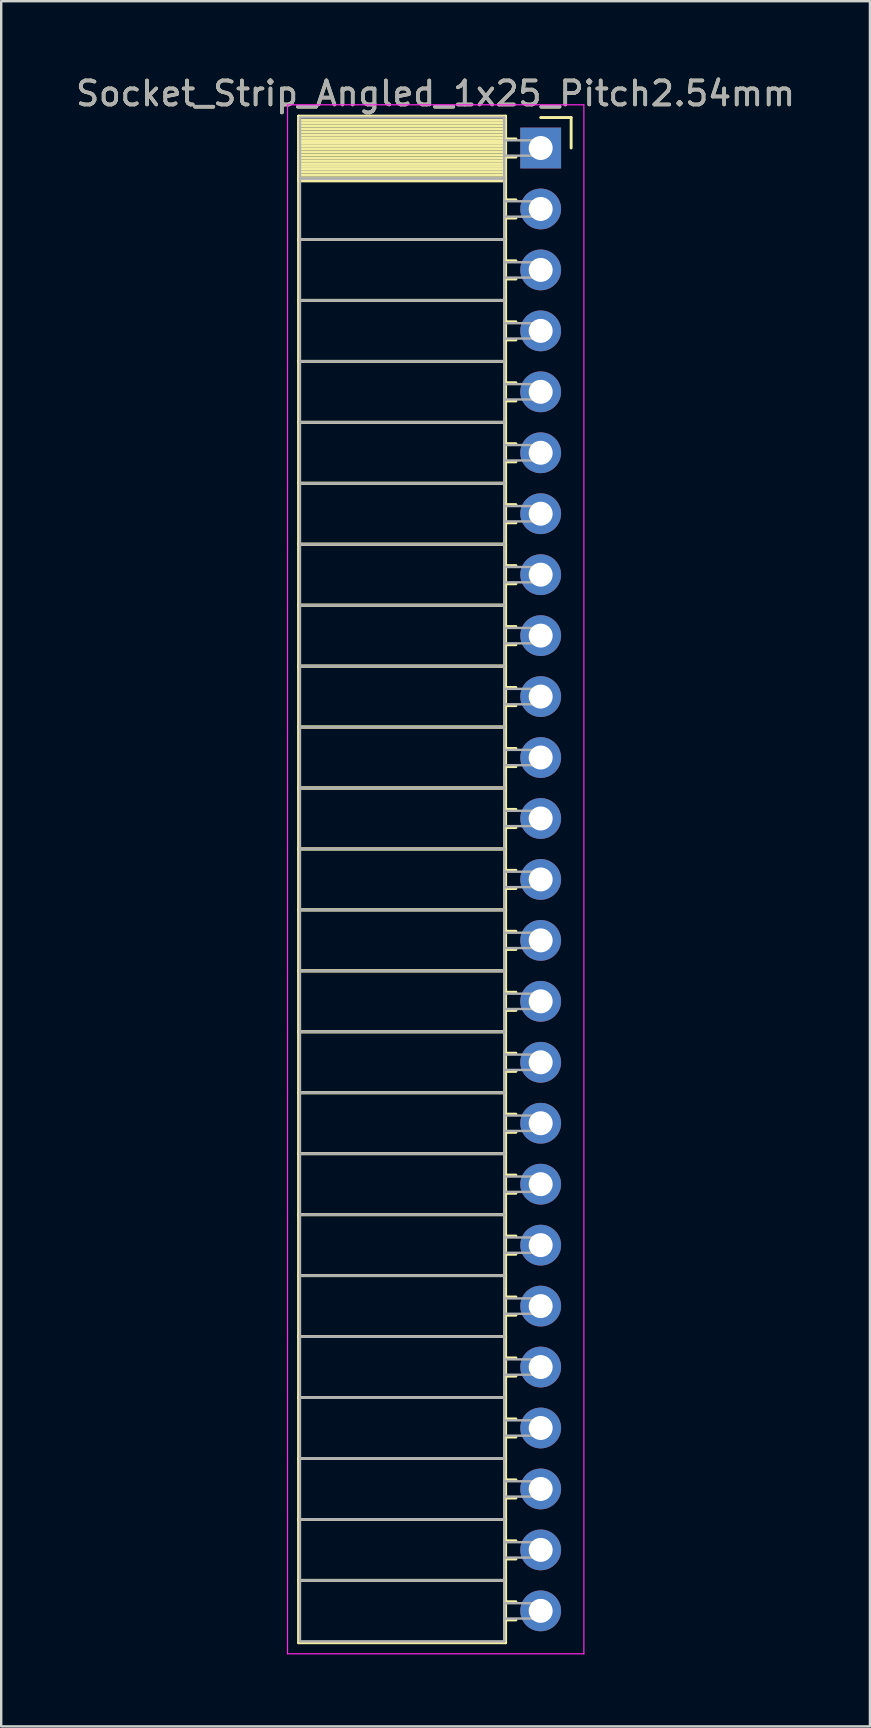
<source format=kicad_pcb>
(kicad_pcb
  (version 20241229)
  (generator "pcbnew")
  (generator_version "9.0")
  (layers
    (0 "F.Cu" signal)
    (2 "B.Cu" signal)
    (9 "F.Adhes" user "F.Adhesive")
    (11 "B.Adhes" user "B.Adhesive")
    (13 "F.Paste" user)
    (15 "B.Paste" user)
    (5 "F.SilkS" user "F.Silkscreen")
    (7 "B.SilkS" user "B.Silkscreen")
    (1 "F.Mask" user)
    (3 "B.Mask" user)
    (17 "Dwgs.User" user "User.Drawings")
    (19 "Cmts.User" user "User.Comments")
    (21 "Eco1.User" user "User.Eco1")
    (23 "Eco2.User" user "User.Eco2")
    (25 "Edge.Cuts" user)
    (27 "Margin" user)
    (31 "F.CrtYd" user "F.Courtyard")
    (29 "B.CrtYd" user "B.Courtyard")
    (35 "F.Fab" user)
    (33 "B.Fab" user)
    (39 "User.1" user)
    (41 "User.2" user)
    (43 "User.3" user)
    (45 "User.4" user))
  (footprint "Socket_Strip_Angled_1x25_Pitch2.54mm"
    (layer "F.Cu")
    (at 19.481 3.118)
    (property "Reference" "Socket_Strip_Angled_1x25_Pitch2.54mm" (at -4.38 -2.27 0) (layer "F.SilkS") (effects (font (size 1 1) (thickness 0.15))))
    (attr through_hole)
    (fp_line (start -10.09 -1.33) (end -1.46 -1.33) (stroke (width 0.12) (type solid)) (layer "F.SilkS"))
    (fp_line (start -10.09 1.27) (end -10.09 -1.33) (stroke (width 0.12) (type solid)) (layer "F.SilkS"))
    (fp_line (start -10.09 1.27) (end -1.46 1.27) (stroke (width 0.12) (type solid)) (layer "F.SilkS"))
    (fp_line (start -10.09 3.81) (end -10.09 1.27) (stroke (width 0.12) (type solid)) (layer "F.SilkS"))
    (fp_line (start -10.09 3.81) (end -1.46 3.81) (stroke (width 0.12) (type solid)) (layer "F.SilkS"))
    (fp_line (start -10.09 6.35) (end -10.09 3.81) (stroke (width 0.12) (type solid)) (layer "F.SilkS"))
    (fp_line (start -10.09 6.35) (end -1.46 6.35) (stroke (width 0.12) (type solid)) (layer "F.SilkS"))
    (fp_line (start -10.09 8.89) (end -10.09 6.35) (stroke (width 0.12) (type solid)) (layer "F.SilkS"))
    (fp_line (start -10.09 8.89) (end -1.46 8.89) (stroke (width 0.12) (type solid)) (layer "F.SilkS"))
    (fp_line (start -10.09 11.43) (end -10.09 8.89) (stroke (width 0.12) (type solid)) (layer "F.SilkS"))
    (fp_line (start -10.09 11.43) (end -1.46 11.43) (stroke (width 0.12) (type solid)) (layer "F.SilkS"))
    (fp_line (start -10.09 13.97) (end -10.09 11.43) (stroke (width 0.12) (type solid)) (layer "F.SilkS"))
    (fp_line (start -10.09 13.97) (end -1.46 13.97) (stroke (width 0.12) (type solid)) (layer "F.SilkS"))
    (fp_line (start -10.09 16.51) (end -10.09 13.97) (stroke (width 0.12) (type solid)) (layer "F.SilkS"))
    (fp_line (start -10.09 16.51) (end -1.46 16.51) (stroke (width 0.12) (type solid)) (layer "F.SilkS"))
    (fp_line (start -10.09 19.05) (end -10.09 16.51) (stroke (width 0.12) (type solid)) (layer "F.SilkS"))
    (fp_line (start -10.09 19.05) (end -1.46 19.05) (stroke (width 0.12) (type solid)) (layer "F.SilkS"))
    (fp_line (start -10.09 21.59) (end -10.09 19.05) (stroke (width 0.12) (type solid)) (layer "F.SilkS"))
    (fp_line (start -10.09 21.59) (end -1.46 21.59) (stroke (width 0.12) (type solid)) (layer "F.SilkS"))
    (fp_line (start -10.09 24.13) (end -10.09 21.59) (stroke (width 0.12) (type solid)) (layer "F.SilkS"))
    (fp_line (start -10.09 24.13) (end -1.46 24.13) (stroke (width 0.12) (type solid)) (layer "F.SilkS"))
    (fp_line (start -10.09 26.67) (end -10.09 24.13) (stroke (width 0.12) (type solid)) (layer "F.SilkS"))
    (fp_line (start -10.09 26.67) (end -1.46 26.67) (stroke (width 0.12) (type solid)) (layer "F.SilkS"))
    (fp_line (start -10.09 29.21) (end -10.09 26.67) (stroke (width 0.12) (type solid)) (layer "F.SilkS"))
    (fp_line (start -10.09 29.21) (end -1.46 29.21) (stroke (width 0.12) (type solid)) (layer "F.SilkS"))
    (fp_line (start -10.09 31.75) (end -10.09 29.21) (stroke (width 0.12) (type solid)) (layer "F.SilkS"))
    (fp_line (start -10.09 31.75) (end -1.46 31.75) (stroke (width 0.12) (type solid)) (layer "F.SilkS"))
    (fp_line (start -10.09 34.29) (end -10.09 31.75) (stroke (width 0.12) (type solid)) (layer "F.SilkS"))
    (fp_line (start -10.09 34.29) (end -1.46 34.29) (stroke (width 0.12) (type solid)) (layer "F.SilkS"))
    (fp_line (start -10.09 36.83) (end -10.09 34.29) (stroke (width 0.12) (type solid)) (layer "F.SilkS"))
    (fp_line (start -10.09 36.83) (end -1.46 36.83) (stroke (width 0.12) (type solid)) (layer "F.SilkS"))
    (fp_line (start -10.09 39.37) (end -10.09 36.83) (stroke (width 0.12) (type solid)) (layer "F.SilkS"))
    (fp_line (start -10.09 39.37) (end -1.46 39.37) (stroke (width 0.12) (type solid)) (layer "F.SilkS"))
    (fp_line (start -10.09 41.91) (end -10.09 39.37) (stroke (width 0.12) (type solid)) (layer "F.SilkS"))
    (fp_line (start -10.09 41.91) (end -1.46 41.91) (stroke (width 0.12) (type solid)) (layer "F.SilkS"))
    (fp_line (start -10.09 44.45) (end -10.09 41.91) (stroke (width 0.12) (type solid)) (layer "F.SilkS"))
    (fp_line (start -10.09 44.45) (end -1.46 44.45) (stroke (width 0.12) (type solid)) (layer "F.SilkS"))
    (fp_line (start -10.09 46.99) (end -10.09 44.45) (stroke (width 0.12) (type solid)) (layer "F.SilkS"))
    (fp_line (start -10.09 46.99) (end -1.46 46.99) (stroke (width 0.12) (type solid)) (layer "F.SilkS"))
    (fp_line (start -10.09 49.53) (end -10.09 46.99) (stroke (width 0.12) (type solid)) (layer "F.SilkS"))
    (fp_line (start -10.09 49.53) (end -1.46 49.53) (stroke (width 0.12) (type solid)) (layer "F.SilkS"))
    (fp_line (start -10.09 52.07) (end -10.09 49.53) (stroke (width 0.12) (type solid)) (layer "F.SilkS"))
    (fp_line (start -10.09 52.07) (end -1.46 52.07) (stroke (width 0.12) (type solid)) (layer "F.SilkS"))
    (fp_line (start -10.09 54.61) (end -10.09 52.07) (stroke (width 0.12) (type solid)) (layer "F.SilkS"))
    (fp_line (start -10.09 54.61) (end -1.46 54.61) (stroke (width 0.12) (type solid)) (layer "F.SilkS"))
    (fp_line (start -10.09 57.15) (end -10.09 54.61) (stroke (width 0.12) (type solid)) (layer "F.SilkS"))
    (fp_line (start -10.09 57.15) (end -1.46 57.15) (stroke (width 0.12) (type solid)) (layer "F.SilkS"))
    (fp_line (start -10.09 59.69) (end -10.09 57.15) (stroke (width 0.12) (type solid)) (layer "F.SilkS"))
    (fp_line (start -10.09 59.69) (end -1.46 59.69) (stroke (width 0.12) (type solid)) (layer "F.SilkS"))
    (fp_line (start -10.09 62.29) (end -10.09 59.69) (stroke (width 0.12) (type solid)) (layer "F.SilkS"))
    (fp_line (start -1.46 -1.33) (end -1.46 1.27) (stroke (width 0.12) (type solid)) (layer "F.SilkS"))
    (fp_line (start -1.46 -1.15) (end -10.09 -1.15) (stroke (width 0.12) (type solid)) (layer "F.SilkS"))
    (fp_line (start -1.46 -1.03) (end -10.09 -1.03) (stroke (width 0.12) (type solid)) (layer "F.SilkS"))
    (fp_line (start -1.46 -0.91) (end -10.09 -0.91) (stroke (width 0.12) (type solid)) (layer "F.SilkS"))
    (fp_line (start -1.46 -0.79) (end -10.09 -0.79) (stroke (width 0.12) (type solid)) (layer "F.SilkS"))
    (fp_line (start -1.46 -0.67) (end -10.09 -0.67) (stroke (width 0.12) (type solid)) (layer "F.SilkS"))
    (fp_line (start -1.46 -0.55) (end -10.09 -0.55) (stroke (width 0.12) (type solid)) (layer "F.SilkS"))
    (fp_line (start -1.46 -0.43) (end -10.09 -0.43) (stroke (width 0.12) (type solid)) (layer "F.SilkS"))
    (fp_line (start -1.46 -0.31) (end -10.09 -0.31) (stroke (width 0.12) (type solid)) (layer "F.SilkS"))
    (fp_line (start -1.46 -0.19) (end -10.09 -0.19) (stroke (width 0.12) (type solid)) (layer "F.SilkS"))
    (fp_line (start -1.46 -0.07) (end -10.09 -0.07) (stroke (width 0.12) (type solid)) (layer "F.SilkS"))
    (fp_line (start -1.46 0.05) (end -10.09 0.05) (stroke (width 0.12) (type solid)) (layer "F.SilkS"))
    (fp_line (start -1.46 0.17) (end -10.09 0.17) (stroke (width 0.12) (type solid)) (layer "F.SilkS"))
    (fp_line (start -1.46 0.29) (end -10.09 0.29) (stroke (width 0.12) (type solid)) (layer "F.SilkS"))
    (fp_line (start -1.46 0.41) (end -10.09 0.41) (stroke (width 0.12) (type solid)) (layer "F.SilkS"))
    (fp_line (start -1.46 0.53) (end -10.09 0.53) (stroke (width 0.12) (type solid)) (layer "F.SilkS"))
    (fp_line (start -1.46 0.65) (end -10.09 0.65) (stroke (width 0.12) (type solid)) (layer "F.SilkS"))
    (fp_line (start -1.46 0.77) (end -10.09 0.77) (stroke (width 0.12) (type solid)) (layer "F.SilkS"))
    (fp_line (start -1.46 0.89) (end -10.09 0.89) (stroke (width 0.12) (type solid)) (layer "F.SilkS"))
    (fp_line (start -1.46 1.01) (end -10.09 1.01) (stroke (width 0.12) (type solid)) (layer "F.SilkS"))
    (fp_line (start -1.46 1.13) (end -10.09 1.13) (stroke (width 0.12) (type solid)) (layer "F.SilkS"))
    (fp_line (start -1.46 1.25) (end -10.09 1.25) (stroke (width 0.12) (type solid)) (layer "F.SilkS"))
    (fp_line (start -1.46 1.27) (end -10.09 1.27) (stroke (width 0.12) (type solid)) (layer "F.SilkS"))
    (fp_line (start -1.46 1.27) (end -1.46 3.81) (stroke (width 0.12) (type solid)) (layer "F.SilkS"))
    (fp_line (start -1.46 1.37) (end -10.09 1.37) (stroke (width 0.12) (type solid)) (layer "F.SilkS"))
    (fp_line (start -1.46 3.81) (end -10.09 3.81) (stroke (width 0.12) (type solid)) (layer "F.SilkS"))
    (fp_line (start -1.46 3.81) (end -1.46 6.35) (stroke (width 0.12) (type solid)) (layer "F.SilkS"))
    (fp_line (start -1.46 6.35) (end -10.09 6.35) (stroke (width 0.12) (type solid)) (layer "F.SilkS"))
    (fp_line (start -1.46 6.35) (end -1.46 8.89) (stroke (width 0.12) (type solid)) (layer "F.SilkS"))
    (fp_line (start -1.46 8.89) (end -10.09 8.89) (stroke (width 0.12) (type solid)) (layer "F.SilkS"))
    (fp_line (start -1.46 8.89) (end -1.46 11.43) (stroke (width 0.12) (type solid)) (layer "F.SilkS"))
    (fp_line (start -1.46 11.43) (end -10.09 11.43) (stroke (width 0.12) (type solid)) (layer "F.SilkS"))
    (fp_line (start -1.46 11.43) (end -1.46 13.97) (stroke (width 0.12) (type solid)) (layer "F.SilkS"))
    (fp_line (start -1.46 13.97) (end -10.09 13.97) (stroke (width 0.12) (type solid)) (layer "F.SilkS"))
    (fp_line (start -1.46 13.97) (end -1.46 16.51) (stroke (width 0.12) (type solid)) (layer "F.SilkS"))
    (fp_line (start -1.46 16.51) (end -10.09 16.51) (stroke (width 0.12) (type solid)) (layer "F.SilkS"))
    (fp_line (start -1.46 16.51) (end -1.46 19.05) (stroke (width 0.12) (type solid)) (layer "F.SilkS"))
    (fp_line (start -1.46 19.05) (end -10.09 19.05) (stroke (width 0.12) (type solid)) (layer "F.SilkS"))
    (fp_line (start -1.46 19.05) (end -1.46 21.59) (stroke (width 0.12) (type solid)) (layer "F.SilkS"))
    (fp_line (start -1.46 21.59) (end -10.09 21.59) (stroke (width 0.12) (type solid)) (layer "F.SilkS"))
    (fp_line (start -1.46 21.59) (end -1.46 24.13) (stroke (width 0.12) (type solid)) (layer "F.SilkS"))
    (fp_line (start -1.46 24.13) (end -10.09 24.13) (stroke (width 0.12) (type solid)) (layer "F.SilkS"))
    (fp_line (start -1.46 24.13) (end -1.46 26.67) (stroke (width 0.12) (type solid)) (layer "F.SilkS"))
    (fp_line (start -1.46 26.67) (end -10.09 26.67) (stroke (width 0.12) (type solid)) (layer "F.SilkS"))
    (fp_line (start -1.46 26.67) (end -1.46 29.21) (stroke (width 0.12) (type solid)) (layer "F.SilkS"))
    (fp_line (start -1.46 29.21) (end -10.09 29.21) (stroke (width 0.12) (type solid)) (layer "F.SilkS"))
    (fp_line (start -1.46 29.21) (end -1.46 31.75) (stroke (width 0.12) (type solid)) (layer "F.SilkS"))
    (fp_line (start -1.46 31.75) (end -10.09 31.75) (stroke (width 0.12) (type solid)) (layer "F.SilkS"))
    (fp_line (start -1.46 31.75) (end -1.46 34.29) (stroke (width 0.12) (type solid)) (layer "F.SilkS"))
    (fp_line (start -1.46 34.29) (end -10.09 34.29) (stroke (width 0.12) (type solid)) (layer "F.SilkS"))
    (fp_line (start -1.46 34.29) (end -1.46 36.83) (stroke (width 0.12) (type solid)) (layer "F.SilkS"))
    (fp_line (start -1.46 36.83) (end -10.09 36.83) (stroke (width 0.12) (type solid)) (layer "F.SilkS"))
    (fp_line (start -1.46 36.83) (end -1.46 39.37) (stroke (width 0.12) (type solid)) (layer "F.SilkS"))
    (fp_line (start -1.46 39.37) (end -10.09 39.37) (stroke (width 0.12) (type solid)) (layer "F.SilkS"))
    (fp_line (start -1.46 39.37) (end -1.46 41.91) (stroke (width 0.12) (type solid)) (layer "F.SilkS"))
    (fp_line (start -1.46 41.91) (end -10.09 41.91) (stroke (width 0.12) (type solid)) (layer "F.SilkS"))
    (fp_line (start -1.46 41.91) (end -1.46 44.45) (stroke (width 0.12) (type solid)) (layer "F.SilkS"))
    (fp_line (start -1.46 44.45) (end -10.09 44.45) (stroke (width 0.12) (type solid)) (layer "F.SilkS"))
    (fp_line (start -1.46 44.45) (end -1.46 46.99) (stroke (width 0.12) (type solid)) (layer "F.SilkS"))
    (fp_line (start -1.46 46.99) (end -10.09 46.99) (stroke (width 0.12) (type solid)) (layer "F.SilkS"))
    (fp_line (start -1.46 46.99) (end -1.46 49.53) (stroke (width 0.12) (type solid)) (layer "F.SilkS"))
    (fp_line (start -1.46 49.53) (end -10.09 49.53) (stroke (width 0.12) (type solid)) (layer "F.SilkS"))
    (fp_line (start -1.46 49.53) (end -1.46 52.07) (stroke (width 0.12) (type solid)) (layer "F.SilkS"))
    (fp_line (start -1.46 52.07) (end -10.09 52.07) (stroke (width 0.12) (type solid)) (layer "F.SilkS"))
    (fp_line (start -1.46 52.07) (end -1.46 54.61) (stroke (width 0.12) (type solid)) (layer "F.SilkS"))
    (fp_line (start -1.46 54.61) (end -10.09 54.61) (stroke (width 0.12) (type solid)) (layer "F.SilkS"))
    (fp_line (start -1.46 54.61) (end -1.46 57.15) (stroke (width 0.12) (type solid)) (layer "F.SilkS"))
    (fp_line (start -1.46 57.15) (end -10.09 57.15) (stroke (width 0.12) (type solid)) (layer "F.SilkS"))
    (fp_line (start -1.46 57.15) (end -1.46 59.69) (stroke (width 0.12) (type solid)) (layer "F.SilkS"))
    (fp_line (start -1.46 59.69) (end -10.09 59.69) (stroke (width 0.12) (type solid)) (layer "F.SilkS"))
    (fp_line (start -1.46 59.69) (end -1.46 62.29) (stroke (width 0.12) (type solid)) (layer "F.SilkS"))
    (fp_line (start -1.46 62.29) (end -10.09 62.29) (stroke (width 0.12) (type solid)) (layer "F.SilkS"))
    (fp_line (start -1.03 -0.38) (end -1.46 -0.38) (stroke (width 0.12) (type solid)) (layer "F.SilkS"))
    (fp_line (start -1.03 0.38) (end -1.46 0.38) (stroke (width 0.12) (type solid)) (layer "F.SilkS"))
    (fp_line (start -1.03 2.16) (end -1.46 2.16) (stroke (width 0.12) (type solid)) (layer "F.SilkS"))
    (fp_line (start -1.03 2.92) (end -1.46 2.92) (stroke (width 0.12) (type solid)) (layer "F.SilkS"))
    (fp_line (start -1.03 4.7) (end -1.46 4.7) (stroke (width 0.12) (type solid)) (layer "F.SilkS"))
    (fp_line (start -1.03 5.46) (end -1.46 5.46) (stroke (width 0.12) (type solid)) (layer "F.SilkS"))
    (fp_line (start -1.03 7.24) (end -1.46 7.24) (stroke (width 0.12) (type solid)) (layer "F.SilkS"))
    (fp_line (start -1.03 8) (end -1.46 8) (stroke (width 0.12) (type solid)) (layer "F.SilkS"))
    (fp_line (start -1.03 9.78) (end -1.46 9.78) (stroke (width 0.12) (type solid)) (layer "F.SilkS"))
    (fp_line (start -1.03 10.54) (end -1.46 10.54) (stroke (width 0.12) (type solid)) (layer "F.SilkS"))
    (fp_line (start -1.03 12.32) (end -1.46 12.32) (stroke (width 0.12) (type solid)) (layer "F.SilkS"))
    (fp_line (start -1.03 13.08) (end -1.46 13.08) (stroke (width 0.12) (type solid)) (layer "F.SilkS"))
    (fp_line (start -1.03 14.86) (end -1.46 14.86) (stroke (width 0.12) (type solid)) (layer "F.SilkS"))
    (fp_line (start -1.03 15.62) (end -1.46 15.62) (stroke (width 0.12) (type solid)) (layer "F.SilkS"))
    (fp_line (start -1.03 17.4) (end -1.46 17.4) (stroke (width 0.12) (type solid)) (layer "F.SilkS"))
    (fp_line (start -1.03 18.16) (end -1.46 18.16) (stroke (width 0.12) (type solid)) (layer "F.SilkS"))
    (fp_line (start -1.03 19.94) (end -1.46 19.94) (stroke (width 0.12) (type solid)) (layer "F.SilkS"))
    (fp_line (start -1.03 20.7) (end -1.46 20.7) (stroke (width 0.12) (type solid)) (layer "F.SilkS"))
    (fp_line (start -1.03 22.48) (end -1.46 22.48) (stroke (width 0.12) (type solid)) (layer "F.SilkS"))
    (fp_line (start -1.03 23.24) (end -1.46 23.24) (stroke (width 0.12) (type solid)) (layer "F.SilkS"))
    (fp_line (start -1.03 25.02) (end -1.46 25.02) (stroke (width 0.12) (type solid)) (layer "F.SilkS"))
    (fp_line (start -1.03 25.78) (end -1.46 25.78) (stroke (width 0.12) (type solid)) (layer "F.SilkS"))
    (fp_line (start -1.03 27.56) (end -1.46 27.56) (stroke (width 0.12) (type solid)) (layer "F.SilkS"))
    (fp_line (start -1.03 28.32) (end -1.46 28.32) (stroke (width 0.12) (type solid)) (layer "F.SilkS"))
    (fp_line (start -1.03 30.1) (end -1.46 30.1) (stroke (width 0.12) (type solid)) (layer "F.SilkS"))
    (fp_line (start -1.03 30.86) (end -1.46 30.86) (stroke (width 0.12) (type solid)) (layer "F.SilkS"))
    (fp_line (start -1.03 32.64) (end -1.46 32.64) (stroke (width 0.12) (type solid)) (layer "F.SilkS"))
    (fp_line (start -1.03 33.4) (end -1.46 33.4) (stroke (width 0.12) (type solid)) (layer "F.SilkS"))
    (fp_line (start -1.03 35.18) (end -1.46 35.18) (stroke (width 0.12) (type solid)) (layer "F.SilkS"))
    (fp_line (start -1.03 35.94) (end -1.46 35.94) (stroke (width 0.12) (type solid)) (layer "F.SilkS"))
    (fp_line (start -1.03 37.72) (end -1.46 37.72) (stroke (width 0.12) (type solid)) (layer "F.SilkS"))
    (fp_line (start -1.03 38.48) (end -1.46 38.48) (stroke (width 0.12) (type solid)) (layer "F.SilkS"))
    (fp_line (start -1.03 40.26) (end -1.46 40.26) (stroke (width 0.12) (type solid)) (layer "F.SilkS"))
    (fp_line (start -1.03 41.02) (end -1.46 41.02) (stroke (width 0.12) (type solid)) (layer "F.SilkS"))
    (fp_line (start -1.03 42.8) (end -1.46 42.8) (stroke (width 0.12) (type solid)) (layer "F.SilkS"))
    (fp_line (start -1.03 43.56) (end -1.46 43.56) (stroke (width 0.12) (type solid)) (layer "F.SilkS"))
    (fp_line (start -1.03 45.34) (end -1.46 45.34) (stroke (width 0.12) (type solid)) (layer "F.SilkS"))
    (fp_line (start -1.03 46.1) (end -1.46 46.1) (stroke (width 0.12) (type solid)) (layer "F.SilkS"))
    (fp_line (start -1.03 47.88) (end -1.46 47.88) (stroke (width 0.12) (type solid)) (layer "F.SilkS"))
    (fp_line (start -1.03 48.64) (end -1.46 48.64) (stroke (width 0.12) (type solid)) (layer "F.SilkS"))
    (fp_line (start -1.03 50.42) (end -1.46 50.42) (stroke (width 0.12) (type solid)) (layer "F.SilkS"))
    (fp_line (start -1.03 51.18) (end -1.46 51.18) (stroke (width 0.12) (type solid)) (layer "F.SilkS"))
    (fp_line (start -1.03 52.96) (end -1.46 52.96) (stroke (width 0.12) (type solid)) (layer "F.SilkS"))
    (fp_line (start -1.03 53.72) (end -1.46 53.72) (stroke (width 0.12) (type solid)) (layer "F.SilkS"))
    (fp_line (start -1.03 55.5) (end -1.46 55.5) (stroke (width 0.12) (type solid)) (layer "F.SilkS"))
    (fp_line (start -1.03 56.26) (end -1.46 56.26) (stroke (width 0.12) (type solid)) (layer "F.SilkS"))
    (fp_line (start -1.03 58.04) (end -1.46 58.04) (stroke (width 0.12) (type solid)) (layer "F.SilkS"))
    (fp_line (start -1.03 58.8) (end -1.46 58.8) (stroke (width 0.12) (type solid)) (layer "F.SilkS"))
    (fp_line (start -1.03 60.58) (end -1.46 60.58) (stroke (width 0.12) (type solid)) (layer "F.SilkS"))
    (fp_line (start -1.03 61.34) (end -1.46 61.34) (stroke (width 0.12) (type solid)) (layer "F.SilkS"))
    (fp_line (start 0 -1.27) (end 1.27 -1.27) (stroke (width 0.12) (type solid)) (layer "F.SilkS"))
    (fp_line (start 1.27 -1.27) (end 1.27 0) (stroke (width 0.12) (type solid)) (layer "F.SilkS"))
    (fp_line (start -10.55 -1.8) (end 1.8 -1.8) (stroke (width 0.05) (type solid)) (layer "F.CrtYd"))
    (fp_line (start -10.55 62.75) (end -10.55 -1.8) (stroke (width 0.05) (type solid)) (layer "F.CrtYd"))
    (fp_line (start 1.8 -1.8) (end 1.8 62.75) (stroke (width 0.05) (type solid)) (layer "F.CrtYd"))
    (fp_line (start 1.8 62.75) (end -10.55 62.75) (stroke (width 0.05) (type solid)) (layer "F.CrtYd"))
    (fp_line (start -10.03 -1.27) (end -1.52 -1.27) (stroke (width 0.1) (type solid)) (layer "F.Fab"))
    (fp_line (start -10.03 1.27) (end -10.03 -1.27) (stroke (width 0.1) (type solid)) (layer "F.Fab"))
    (fp_line (start -10.03 1.27) (end -1.52 1.27) (stroke (width 0.1) (type solid)) (layer "F.Fab"))
    (fp_line (start -10.03 3.81) (end -10.03 1.27) (stroke (width 0.1) (type solid)) (layer "F.Fab"))
    (fp_line (start -10.03 3.81) (end -1.52 3.81) (stroke (width 0.1) (type solid)) (layer "F.Fab"))
    (fp_line (start -10.03 6.35) (end -10.03 3.81) (stroke (width 0.1) (type solid)) (layer "F.Fab"))
    (fp_line (start -10.03 6.35) (end -1.52 6.35) (stroke (width 0.1) (type solid)) (layer "F.Fab"))
    (fp_line (start -10.03 8.89) (end -10.03 6.35) (stroke (width 0.1) (type solid)) (layer "F.Fab"))
    (fp_line (start -10.03 8.89) (end -1.52 8.89) (stroke (width 0.1) (type solid)) (layer "F.Fab"))
    (fp_line (start -10.03 11.43) (end -10.03 8.89) (stroke (width 0.1) (type solid)) (layer "F.Fab"))
    (fp_line (start -10.03 11.43) (end -1.52 11.43) (stroke (width 0.1) (type solid)) (layer "F.Fab"))
    (fp_line (start -10.03 13.97) (end -10.03 11.43) (stroke (width 0.1) (type solid)) (layer "F.Fab"))
    (fp_line (start -10.03 13.97) (end -1.52 13.97) (stroke (width 0.1) (type solid)) (layer "F.Fab"))
    (fp_line (start -10.03 16.51) (end -10.03 13.97) (stroke (width 0.1) (type solid)) (layer "F.Fab"))
    (fp_line (start -10.03 16.51) (end -1.52 16.51) (stroke (width 0.1) (type solid)) (layer "F.Fab"))
    (fp_line (start -10.03 19.05) (end -10.03 16.51) (stroke (width 0.1) (type solid)) (layer "F.Fab"))
    (fp_line (start -10.03 19.05) (end -1.52 19.05) (stroke (width 0.1) (type solid)) (layer "F.Fab"))
    (fp_line (start -10.03 21.59) (end -10.03 19.05) (stroke (width 0.1) (type solid)) (layer "F.Fab"))
    (fp_line (start -10.03 21.59) (end -1.52 21.59) (stroke (width 0.1) (type solid)) (layer "F.Fab"))
    (fp_line (start -10.03 24.13) (end -10.03 21.59) (stroke (width 0.1) (type solid)) (layer "F.Fab"))
    (fp_line (start -10.03 24.13) (end -1.52 24.13) (stroke (width 0.1) (type solid)) (layer "F.Fab"))
    (fp_line (start -10.03 26.67) (end -10.03 24.13) (stroke (width 0.1) (type solid)) (layer "F.Fab"))
    (fp_line (start -10.03 26.67) (end -1.52 26.67) (stroke (width 0.1) (type solid)) (layer "F.Fab"))
    (fp_line (start -10.03 29.21) (end -10.03 26.67) (stroke (width 0.1) (type solid)) (layer "F.Fab"))
    (fp_line (start -10.03 29.21) (end -1.52 29.21) (stroke (width 0.1) (type solid)) (layer "F.Fab"))
    (fp_line (start -10.03 31.75) (end -10.03 29.21) (stroke (width 0.1) (type solid)) (layer "F.Fab"))
    (fp_line (start -10.03 31.75) (end -1.52 31.75) (stroke (width 0.1) (type solid)) (layer "F.Fab"))
    (fp_line (start -10.03 34.29) (end -10.03 31.75) (stroke (width 0.1) (type solid)) (layer "F.Fab"))
    (fp_line (start -10.03 34.29) (end -1.52 34.29) (stroke (width 0.1) (type solid)) (layer "F.Fab"))
    (fp_line (start -10.03 36.83) (end -10.03 34.29) (stroke (width 0.1) (type solid)) (layer "F.Fab"))
    (fp_line (start -10.03 36.83) (end -1.52 36.83) (stroke (width 0.1) (type solid)) (layer "F.Fab"))
    (fp_line (start -10.03 39.37) (end -10.03 36.83) (stroke (width 0.1) (type solid)) (layer "F.Fab"))
    (fp_line (start -10.03 39.37) (end -1.52 39.37) (stroke (width 0.1) (type solid)) (layer "F.Fab"))
    (fp_line (start -10.03 41.91) (end -10.03 39.37) (stroke (width 0.1) (type solid)) (layer "F.Fab"))
    (fp_line (start -10.03 41.91) (end -1.52 41.91) (stroke (width 0.1) (type solid)) (layer "F.Fab"))
    (fp_line (start -10.03 44.45) (end -10.03 41.91) (stroke (width 0.1) (type solid)) (layer "F.Fab"))
    (fp_line (start -10.03 44.45) (end -1.52 44.45) (stroke (width 0.1) (type solid)) (layer "F.Fab"))
    (fp_line (start -10.03 46.99) (end -10.03 44.45) (stroke (width 0.1) (type solid)) (layer "F.Fab"))
    (fp_line (start -10.03 46.99) (end -1.52 46.99) (stroke (width 0.1) (type solid)) (layer "F.Fab"))
    (fp_line (start -10.03 49.53) (end -10.03 46.99) (stroke (width 0.1) (type solid)) (layer "F.Fab"))
    (fp_line (start -10.03 49.53) (end -1.52 49.53) (stroke (width 0.1) (type solid)) (layer "F.Fab"))
    (fp_line (start -10.03 52.07) (end -10.03 49.53) (stroke (width 0.1) (type solid)) (layer "F.Fab"))
    (fp_line (start -10.03 52.07) (end -1.52 52.07) (stroke (width 0.1) (type solid)) (layer "F.Fab"))
    (fp_line (start -10.03 54.61) (end -10.03 52.07) (stroke (width 0.1) (type solid)) (layer "F.Fab"))
    (fp_line (start -10.03 54.61) (end -1.52 54.61) (stroke (width 0.1) (type solid)) (layer "F.Fab"))
    (fp_line (start -10.03 57.15) (end -10.03 54.61) (stroke (width 0.1) (type solid)) (layer "F.Fab"))
    (fp_line (start -10.03 57.15) (end -1.52 57.15) (stroke (width 0.1) (type solid)) (layer "F.Fab"))
    (fp_line (start -10.03 59.69) (end -10.03 57.15) (stroke (width 0.1) (type solid)) (layer "F.Fab"))
    (fp_line (start -10.03 59.69) (end -1.52 59.69) (stroke (width 0.1) (type solid)) (layer "F.Fab"))
    (fp_line (start -10.03 62.23) (end -10.03 59.69) (stroke (width 0.1) (type solid)) (layer "F.Fab"))
    (fp_line (start -1.52 -1.27) (end -1.52 1.27) (stroke (width 0.1) (type solid)) (layer "F.Fab"))
    (fp_line (start -1.52 -0.32) (end 0 -0.32) (stroke (width 0.1) (type solid)) (layer "F.Fab"))
    (fp_line (start -1.52 0.32) (end -1.52 -0.32) (stroke (width 0.1) (type solid)) (layer "F.Fab"))
    (fp_line (start -1.52 1.27) (end -10.03 1.27) (stroke (width 0.1) (type solid)) (layer "F.Fab"))
    (fp_line (start -1.52 1.27) (end -1.52 3.81) (stroke (width 0.1) (type solid)) (layer "F.Fab"))
    (fp_line (start -1.52 2.22) (end 0 2.22) (stroke (width 0.1) (type solid)) (layer "F.Fab"))
    (fp_line (start -1.52 2.86) (end -1.52 2.22) (stroke (width 0.1) (type solid)) (layer "F.Fab"))
    (fp_line (start -1.52 3.81) (end -10.03 3.81) (stroke (width 0.1) (type solid)) (layer "F.Fab"))
    (fp_line (start -1.52 3.81) (end -1.52 6.35) (stroke (width 0.1) (type solid)) (layer "F.Fab"))
    (fp_line (start -1.52 4.76) (end 0 4.76) (stroke (width 0.1) (type solid)) (layer "F.Fab"))
    (fp_line (start -1.52 5.4) (end -1.52 4.76) (stroke (width 0.1) (type solid)) (layer "F.Fab"))
    (fp_line (start -1.52 6.35) (end -10.03 6.35) (stroke (width 0.1) (type solid)) (layer "F.Fab"))
    (fp_line (start -1.52 6.35) (end -1.52 8.89) (stroke (width 0.1) (type solid)) (layer "F.Fab"))
    (fp_line (start -1.52 7.3) (end 0 7.3) (stroke (width 0.1) (type solid)) (layer "F.Fab"))
    (fp_line (start -1.52 7.94) (end -1.52 7.3) (stroke (width 0.1) (type solid)) (layer "F.Fab"))
    (fp_line (start -1.52 8.89) (end -10.03 8.89) (stroke (width 0.1) (type solid)) (layer "F.Fab"))
    (fp_line (start -1.52 8.89) (end -1.52 11.43) (stroke (width 0.1) (type solid)) (layer "F.Fab"))
    (fp_line (start -1.52 9.84) (end 0 9.84) (stroke (width 0.1) (type solid)) (layer "F.Fab"))
    (fp_line (start -1.52 10.48) (end -1.52 9.84) (stroke (width 0.1) (type solid)) (layer "F.Fab"))
    (fp_line (start -1.52 11.43) (end -10.03 11.43) (stroke (width 0.1) (type solid)) (layer "F.Fab"))
    (fp_line (start -1.52 11.43) (end -1.52 13.97) (stroke (width 0.1) (type solid)) (layer "F.Fab"))
    (fp_line (start -1.52 12.38) (end 0 12.38) (stroke (width 0.1) (type solid)) (layer "F.Fab"))
    (fp_line (start -1.52 13.02) (end -1.52 12.38) (stroke (width 0.1) (type solid)) (layer "F.Fab"))
    (fp_line (start -1.52 13.97) (end -10.03 13.97) (stroke (width 0.1) (type solid)) (layer "F.Fab"))
    (fp_line (start -1.52 13.97) (end -1.52 16.51) (stroke (width 0.1) (type solid)) (layer "F.Fab"))
    (fp_line (start -1.52 14.92) (end 0 14.92) (stroke (width 0.1) (type solid)) (layer "F.Fab"))
    (fp_line (start -1.52 15.56) (end -1.52 14.92) (stroke (width 0.1) (type solid)) (layer "F.Fab"))
    (fp_line (start -1.52 16.51) (end -10.03 16.51) (stroke (width 0.1) (type solid)) (layer "F.Fab"))
    (fp_line (start -1.52 16.51) (end -1.52 19.05) (stroke (width 0.1) (type solid)) (layer "F.Fab"))
    (fp_line (start -1.52 17.46) (end 0 17.46) (stroke (width 0.1) (type solid)) (layer "F.Fab"))
    (fp_line (start -1.52 18.1) (end -1.52 17.46) (stroke (width 0.1) (type solid)) (layer "F.Fab"))
    (fp_line (start -1.52 19.05) (end -10.03 19.05) (stroke (width 0.1) (type solid)) (layer "F.Fab"))
    (fp_line (start -1.52 19.05) (end -1.52 21.59) (stroke (width 0.1) (type solid)) (layer "F.Fab"))
    (fp_line (start -1.52 20) (end 0 20) (stroke (width 0.1) (type solid)) (layer "F.Fab"))
    (fp_line (start -1.52 20.64) (end -1.52 20) (stroke (width 0.1) (type solid)) (layer "F.Fab"))
    (fp_line (start -1.52 21.59) (end -10.03 21.59) (stroke (width 0.1) (type solid)) (layer "F.Fab"))
    (fp_line (start -1.52 21.59) (end -1.52 24.13) (stroke (width 0.1) (type solid)) (layer "F.Fab"))
    (fp_line (start -1.52 22.54) (end 0 22.54) (stroke (width 0.1) (type solid)) (layer "F.Fab"))
    (fp_line (start -1.52 23.18) (end -1.52 22.54) (stroke (width 0.1) (type solid)) (layer "F.Fab"))
    (fp_line (start -1.52 24.13) (end -10.03 24.13) (stroke (width 0.1) (type solid)) (layer "F.Fab"))
    (fp_line (start -1.52 24.13) (end -1.52 26.67) (stroke (width 0.1) (type solid)) (layer "F.Fab"))
    (fp_line (start -1.52 25.08) (end 0 25.08) (stroke (width 0.1) (type solid)) (layer "F.Fab"))
    (fp_line (start -1.52 25.72) (end -1.52 25.08) (stroke (width 0.1) (type solid)) (layer "F.Fab"))
    (fp_line (start -1.52 26.67) (end -10.03 26.67) (stroke (width 0.1) (type solid)) (layer "F.Fab"))
    (fp_line (start -1.52 26.67) (end -1.52 29.21) (stroke (width 0.1) (type solid)) (layer "F.Fab"))
    (fp_line (start -1.52 27.62) (end 0 27.62) (stroke (width 0.1) (type solid)) (layer "F.Fab"))
    (fp_line (start -1.52 28.26) (end -1.52 27.62) (stroke (width 0.1) (type solid)) (layer "F.Fab"))
    (fp_line (start -1.52 29.21) (end -10.03 29.21) (stroke (width 0.1) (type solid)) (layer "F.Fab"))
    (fp_line (start -1.52 29.21) (end -1.52 31.75) (stroke (width 0.1) (type solid)) (layer "F.Fab"))
    (fp_line (start -1.52 30.16) (end 0 30.16) (stroke (width 0.1) (type solid)) (layer "F.Fab"))
    (fp_line (start -1.52 30.8) (end -1.52 30.16) (stroke (width 0.1) (type solid)) (layer "F.Fab"))
    (fp_line (start -1.52 31.75) (end -10.03 31.75) (stroke (width 0.1) (type solid)) (layer "F.Fab"))
    (fp_line (start -1.52 31.75) (end -1.52 34.29) (stroke (width 0.1) (type solid)) (layer "F.Fab"))
    (fp_line (start -1.52 32.7) (end 0 32.7) (stroke (width 0.1) (type solid)) (layer "F.Fab"))
    (fp_line (start -1.52 33.34) (end -1.52 32.7) (stroke (width 0.1) (type solid)) (layer "F.Fab"))
    (fp_line (start -1.52 34.29) (end -10.03 34.29) (stroke (width 0.1) (type solid)) (layer "F.Fab"))
    (fp_line (start -1.52 34.29) (end -1.52 36.83) (stroke (width 0.1) (type solid)) (layer "F.Fab"))
    (fp_line (start -1.52 35.24) (end 0 35.24) (stroke (width 0.1) (type solid)) (layer "F.Fab"))
    (fp_line (start -1.52 35.88) (end -1.52 35.24) (stroke (width 0.1) (type solid)) (layer "F.Fab"))
    (fp_line (start -1.52 36.83) (end -10.03 36.83) (stroke (width 0.1) (type solid)) (layer "F.Fab"))
    (fp_line (start -1.52 36.83) (end -1.52 39.37) (stroke (width 0.1) (type solid)) (layer "F.Fab"))
    (fp_line (start -1.52 37.78) (end 0 37.78) (stroke (width 0.1) (type solid)) (layer "F.Fab"))
    (fp_line (start -1.52 38.42) (end -1.52 37.78) (stroke (width 0.1) (type solid)) (layer "F.Fab"))
    (fp_line (start -1.52 39.37) (end -10.03 39.37) (stroke (width 0.1) (type solid)) (layer "F.Fab"))
    (fp_line (start -1.52 39.37) (end -1.52 41.91) (stroke (width 0.1) (type solid)) (layer "F.Fab"))
    (fp_line (start -1.52 40.32) (end 0 40.32) (stroke (width 0.1) (type solid)) (layer "F.Fab"))
    (fp_line (start -1.52 40.96) (end -1.52 40.32) (stroke (width 0.1) (type solid)) (layer "F.Fab"))
    (fp_line (start -1.52 41.91) (end -10.03 41.91) (stroke (width 0.1) (type solid)) (layer "F.Fab"))
    (fp_line (start -1.52 41.91) (end -1.52 44.45) (stroke (width 0.1) (type solid)) (layer "F.Fab"))
    (fp_line (start -1.52 42.86) (end 0 42.86) (stroke (width 0.1) (type solid)) (layer "F.Fab"))
    (fp_line (start -1.52 43.5) (end -1.52 42.86) (stroke (width 0.1) (type solid)) (layer "F.Fab"))
    (fp_line (start -1.52 44.45) (end -10.03 44.45) (stroke (width 0.1) (type solid)) (layer "F.Fab"))
    (fp_line (start -1.52 44.45) (end -1.52 46.99) (stroke (width 0.1) (type solid)) (layer "F.Fab"))
    (fp_line (start -1.52 45.4) (end 0 45.4) (stroke (width 0.1) (type solid)) (layer "F.Fab"))
    (fp_line (start -1.52 46.04) (end -1.52 45.4) (stroke (width 0.1) (type solid)) (layer "F.Fab"))
    (fp_line (start -1.52 46.99) (end -10.03 46.99) (stroke (width 0.1) (type solid)) (layer "F.Fab"))
    (fp_line (start -1.52 46.99) (end -1.52 49.53) (stroke (width 0.1) (type solid)) (layer "F.Fab"))
    (fp_line (start -1.52 47.94) (end 0 47.94) (stroke (width 0.1) (type solid)) (layer "F.Fab"))
    (fp_line (start -1.52 48.58) (end -1.52 47.94) (stroke (width 0.1) (type solid)) (layer "F.Fab"))
    (fp_line (start -1.52 49.53) (end -10.03 49.53) (stroke (width 0.1) (type solid)) (layer "F.Fab"))
    (fp_line (start -1.52 49.53) (end -1.52 52.07) (stroke (width 0.1) (type solid)) (layer "F.Fab"))
    (fp_line (start -1.52 50.48) (end 0 50.48) (stroke (width 0.1) (type solid)) (layer "F.Fab"))
    (fp_line (start -1.52 51.12) (end -1.52 50.48) (stroke (width 0.1) (type solid)) (layer "F.Fab"))
    (fp_line (start -1.52 52.07) (end -10.03 52.07) (stroke (width 0.1) (type solid)) (layer "F.Fab"))
    (fp_line (start -1.52 52.07) (end -1.52 54.61) (stroke (width 0.1) (type solid)) (layer "F.Fab"))
    (fp_line (start -1.52 53.02) (end 0 53.02) (stroke (width 0.1) (type solid)) (layer "F.Fab"))
    (fp_line (start -1.52 53.66) (end -1.52 53.02) (stroke (width 0.1) (type solid)) (layer "F.Fab"))
    (fp_line (start -1.52 54.61) (end -10.03 54.61) (stroke (width 0.1) (type solid)) (layer "F.Fab"))
    (fp_line (start -1.52 54.61) (end -1.52 57.15) (stroke (width 0.1) (type solid)) (layer "F.Fab"))
    (fp_line (start -1.52 55.56) (end 0 55.56) (stroke (width 0.1) (type solid)) (layer "F.Fab"))
    (fp_line (start -1.52 56.2) (end -1.52 55.56) (stroke (width 0.1) (type solid)) (layer "F.Fab"))
    (fp_line (start -1.52 57.15) (end -10.03 57.15) (stroke (width 0.1) (type solid)) (layer "F.Fab"))
    (fp_line (start -1.52 57.15) (end -1.52 59.69) (stroke (width 0.1) (type solid)) (layer "F.Fab"))
    (fp_line (start -1.52 58.1) (end 0 58.1) (stroke (width 0.1) (type solid)) (layer "F.Fab"))
    (fp_line (start -1.52 58.74) (end -1.52 58.1) (stroke (width 0.1) (type solid)) (layer "F.Fab"))
    (fp_line (start -1.52 59.69) (end -10.03 59.69) (stroke (width 0.1) (type solid)) (layer "F.Fab"))
    (fp_line (start -1.52 59.69) (end -1.52 62.23) (stroke (width 0.1) (type solid)) (layer "F.Fab"))
    (fp_line (start -1.52 60.64) (end 0 60.64) (stroke (width 0.1) (type solid)) (layer "F.Fab"))
    (fp_line (start -1.52 61.28) (end -1.52 60.64) (stroke (width 0.1) (type solid)) (layer "F.Fab"))
    (fp_line (start -1.52 62.23) (end -10.03 62.23) (stroke (width 0.1) (type solid)) (layer "F.Fab"))
    (fp_line (start 0 -0.32) (end 0 0.32) (stroke (width 0.1) (type solid)) (layer "F.Fab"))
    (fp_line (start 0 0.32) (end -1.52 0.32) (stroke (width 0.1) (type solid)) (layer "F.Fab"))
    (fp_line (start 0 2.22) (end 0 2.86) (stroke (width 0.1) (type solid)) (layer "F.Fab"))
    (fp_line (start 0 2.86) (end -1.52 2.86) (stroke (width 0.1) (type solid)) (layer "F.Fab"))
    (fp_line (start 0 4.76) (end 0 5.4) (stroke (width 0.1) (type solid)) (layer "F.Fab"))
    (fp_line (start 0 5.4) (end -1.52 5.4) (stroke (width 0.1) (type solid)) (layer "F.Fab"))
    (fp_line (start 0 7.3) (end 0 7.94) (stroke (width 0.1) (type solid)) (layer "F.Fab"))
    (fp_line (start 0 7.94) (end -1.52 7.94) (stroke (width 0.1) (type solid)) (layer "F.Fab"))
    (fp_line (start 0 9.84) (end 0 10.48) (stroke (width 0.1) (type solid)) (layer "F.Fab"))
    (fp_line (start 0 10.48) (end -1.52 10.48) (stroke (width 0.1) (type solid)) (layer "F.Fab"))
    (fp_line (start 0 12.38) (end 0 13.02) (stroke (width 0.1) (type solid)) (layer "F.Fab"))
    (fp_line (start 0 13.02) (end -1.52 13.02) (stroke (width 0.1) (type solid)) (layer "F.Fab"))
    (fp_line (start 0 14.92) (end 0 15.56) (stroke (width 0.1) (type solid)) (layer "F.Fab"))
    (fp_line (start 0 15.56) (end -1.52 15.56) (stroke (width 0.1) (type solid)) (layer "F.Fab"))
    (fp_line (start 0 17.46) (end 0 18.1) (stroke (width 0.1) (type solid)) (layer "F.Fab"))
    (fp_line (start 0 18.1) (end -1.52 18.1) (stroke (width 0.1) (type solid)) (layer "F.Fab"))
    (fp_line (start 0 20) (end 0 20.64) (stroke (width 0.1) (type solid)) (layer "F.Fab"))
    (fp_line (start 0 20.64) (end -1.52 20.64) (stroke (width 0.1) (type solid)) (layer "F.Fab"))
    (fp_line (start 0 22.54) (end 0 23.18) (stroke (width 0.1) (type solid)) (layer "F.Fab"))
    (fp_line (start 0 23.18) (end -1.52 23.18) (stroke (width 0.1) (type solid)) (layer "F.Fab"))
    (fp_line (start 0 25.08) (end 0 25.72) (stroke (width 0.1) (type solid)) (layer "F.Fab"))
    (fp_line (start 0 25.72) (end -1.52 25.72) (stroke (width 0.1) (type solid)) (layer "F.Fab"))
    (fp_line (start 0 27.62) (end 0 28.26) (stroke (width 0.1) (type solid)) (layer "F.Fab"))
    (fp_line (start 0 28.26) (end -1.52 28.26) (stroke (width 0.1) (type solid)) (layer "F.Fab"))
    (fp_line (start 0 30.16) (end 0 30.8) (stroke (width 0.1) (type solid)) (layer "F.Fab"))
    (fp_line (start 0 30.8) (end -1.52 30.8) (stroke (width 0.1) (type solid)) (layer "F.Fab"))
    (fp_line (start 0 32.7) (end 0 33.34) (stroke (width 0.1) (type solid)) (layer "F.Fab"))
    (fp_line (start 0 33.34) (end -1.52 33.34) (stroke (width 0.1) (type solid)) (layer "F.Fab"))
    (fp_line (start 0 35.24) (end 0 35.88) (stroke (width 0.1) (type solid)) (layer "F.Fab"))
    (fp_line (start 0 35.88) (end -1.52 35.88) (stroke (width 0.1) (type solid)) (layer "F.Fab"))
    (fp_line (start 0 37.78) (end 0 38.42) (stroke (width 0.1) (type solid)) (layer "F.Fab"))
    (fp_line (start 0 38.42) (end -1.52 38.42) (stroke (width 0.1) (type solid)) (layer "F.Fab"))
    (fp_line (start 0 40.32) (end 0 40.96) (stroke (width 0.1) (type solid)) (layer "F.Fab"))
    (fp_line (start 0 40.96) (end -1.52 40.96) (stroke (width 0.1) (type solid)) (layer "F.Fab"))
    (fp_line (start 0 42.86) (end 0 43.5) (stroke (width 0.1) (type solid)) (layer "F.Fab"))
    (fp_line (start 0 43.5) (end -1.52 43.5) (stroke (width 0.1) (type solid)) (layer "F.Fab"))
    (fp_line (start 0 45.4) (end 0 46.04) (stroke (width 0.1) (type solid)) (layer "F.Fab"))
    (fp_line (start 0 46.04) (end -1.52 46.04) (stroke (width 0.1) (type solid)) (layer "F.Fab"))
    (fp_line (start 0 47.94) (end 0 48.58) (stroke (width 0.1) (type solid)) (layer "F.Fab"))
    (fp_line (start 0 48.58) (end -1.52 48.58) (stroke (width 0.1) (type solid)) (layer "F.Fab"))
    (fp_line (start 0 50.48) (end 0 51.12) (stroke (width 0.1) (type solid)) (layer "F.Fab"))
    (fp_line (start 0 51.12) (end -1.52 51.12) (stroke (width 0.1) (type solid)) (layer "F.Fab"))
    (fp_line (start 0 53.02) (end 0 53.66) (stroke (width 0.1) (type solid)) (layer "F.Fab"))
    (fp_line (start 0 53.66) (end -1.52 53.66) (stroke (width 0.1) (type solid)) (layer "F.Fab"))
    (fp_line (start 0 55.56) (end 0 56.2) (stroke (width 0.1) (type solid)) (layer "F.Fab"))
    (fp_line (start 0 56.2) (end -1.52 56.2) (stroke (width 0.1) (type solid)) (layer "F.Fab"))
    (fp_line (start 0 58.1) (end 0 58.74) (stroke (width 0.1) (type solid)) (layer "F.Fab"))
    (fp_line (start 0 58.74) (end -1.52 58.74) (stroke (width 0.1) (type solid)) (layer "F.Fab"))
    (fp_line (start 0 60.64) (end 0 61.28) (stroke (width 0.1) (type solid)) (layer "F.Fab"))
    (fp_line (start 0 61.28) (end -1.52 61.28) (stroke (width 0.1) (type solid)) (layer "F.Fab"))
    (fp_text user "${REFERENCE}" (at -4.38 -2.27 0) (layer "F.Fab") (effects (font (size 1 1) (thickness 0.15))))
    (pad "1" thru_hole rect (at 0 0) (size 1.7 1.7) (drill 1) (layers "*.Cu" "*.Mask"))
    (pad "2" thru_hole oval (at 0 2.54) (size 1.7 1.7) (drill 1) (layers "*.Cu" "*.Mask"))
    (pad "3" thru_hole oval (at 0 5.08) (size 1.7 1.7) (drill 1) (layers "*.Cu" "*.Mask"))
    (pad "4" thru_hole oval (at 0 7.62) (size 1.7 1.7) (drill 1) (layers "*.Cu" "*.Mask"))
    (pad "5" thru_hole oval (at 0 10.16) (size 1.7 1.7) (drill 1) (layers "*.Cu" "*.Mask"))
    (pad "6" thru_hole oval (at 0 12.7) (size 1.7 1.7) (drill 1) (layers "*.Cu" "*.Mask"))
    (pad "7" thru_hole oval (at 0 15.24) (size 1.7 1.7) (drill 1) (layers "*.Cu" "*.Mask"))
    (pad "8" thru_hole oval (at 0 17.78) (size 1.7 1.7) (drill 1) (layers "*.Cu" "*.Mask"))
    (pad "9" thru_hole oval (at 0 20.32) (size 1.7 1.7) (drill 1) (layers "*.Cu" "*.Mask"))
    (pad "10" thru_hole oval (at 0 22.86) (size 1.7 1.7) (drill 1) (layers "*.Cu" "*.Mask"))
    (pad "11" thru_hole oval (at 0 25.4) (size 1.7 1.7) (drill 1) (layers "*.Cu" "*.Mask"))
    (pad "12" thru_hole oval (at 0 27.94) (size 1.7 1.7) (drill 1) (layers "*.Cu" "*.Mask"))
    (pad "13" thru_hole oval (at 0 30.48) (size 1.7 1.7) (drill 1) (layers "*.Cu" "*.Mask"))
    (pad "14" thru_hole oval (at 0 33.02) (size 1.7 1.7) (drill 1) (layers "*.Cu" "*.Mask"))
    (pad "15" thru_hole oval (at 0 35.56) (size 1.7 1.7) (drill 1) (layers "*.Cu" "*.Mask"))
    (pad "16" thru_hole oval (at 0 38.1) (size 1.7 1.7) (drill 1) (layers "*.Cu" "*.Mask"))
    (pad "17" thru_hole oval (at 0 40.64) (size 1.7 1.7) (drill 1) (layers "*.Cu" "*.Mask"))
    (pad "18" thru_hole oval (at 0 43.18) (size 1.7 1.7) (drill 1) (layers "*.Cu" "*.Mask"))
    (pad "19" thru_hole oval (at 0 45.72) (size 1.7 1.7) (drill 1) (layers "*.Cu" "*.Mask"))
    (pad "20" thru_hole oval (at 0 48.26) (size 1.7 1.7) (drill 1) (layers "*.Cu" "*.Mask"))
    (pad "21" thru_hole oval (at 0 50.8) (size 1.7 1.7) (drill 1) (layers "*.Cu" "*.Mask"))
    (pad "22" thru_hole oval (at 0 53.34) (size 1.7 1.7) (drill 1) (layers "*.Cu" "*.Mask"))
    (pad "23" thru_hole oval (at 0 55.88) (size 1.7 1.7) (drill 1) (layers "*.Cu" "*.Mask"))
    (pad "24" thru_hole oval (at 0 58.42) (size 1.7 1.7) (drill 1) (layers "*.Cu" "*.Mask"))
    (pad "25" thru_hole oval (at 0 60.96) (size 1.7 1.7) (drill 1) (layers "*.Cu" "*.Mask")))
  (gr_rect
    (start -3 -3)
    (end 33.202 68.893)
    (stroke (width 0.1) (type default))
    (fill no)
    (layer "Edge.Cuts")))
</source>
